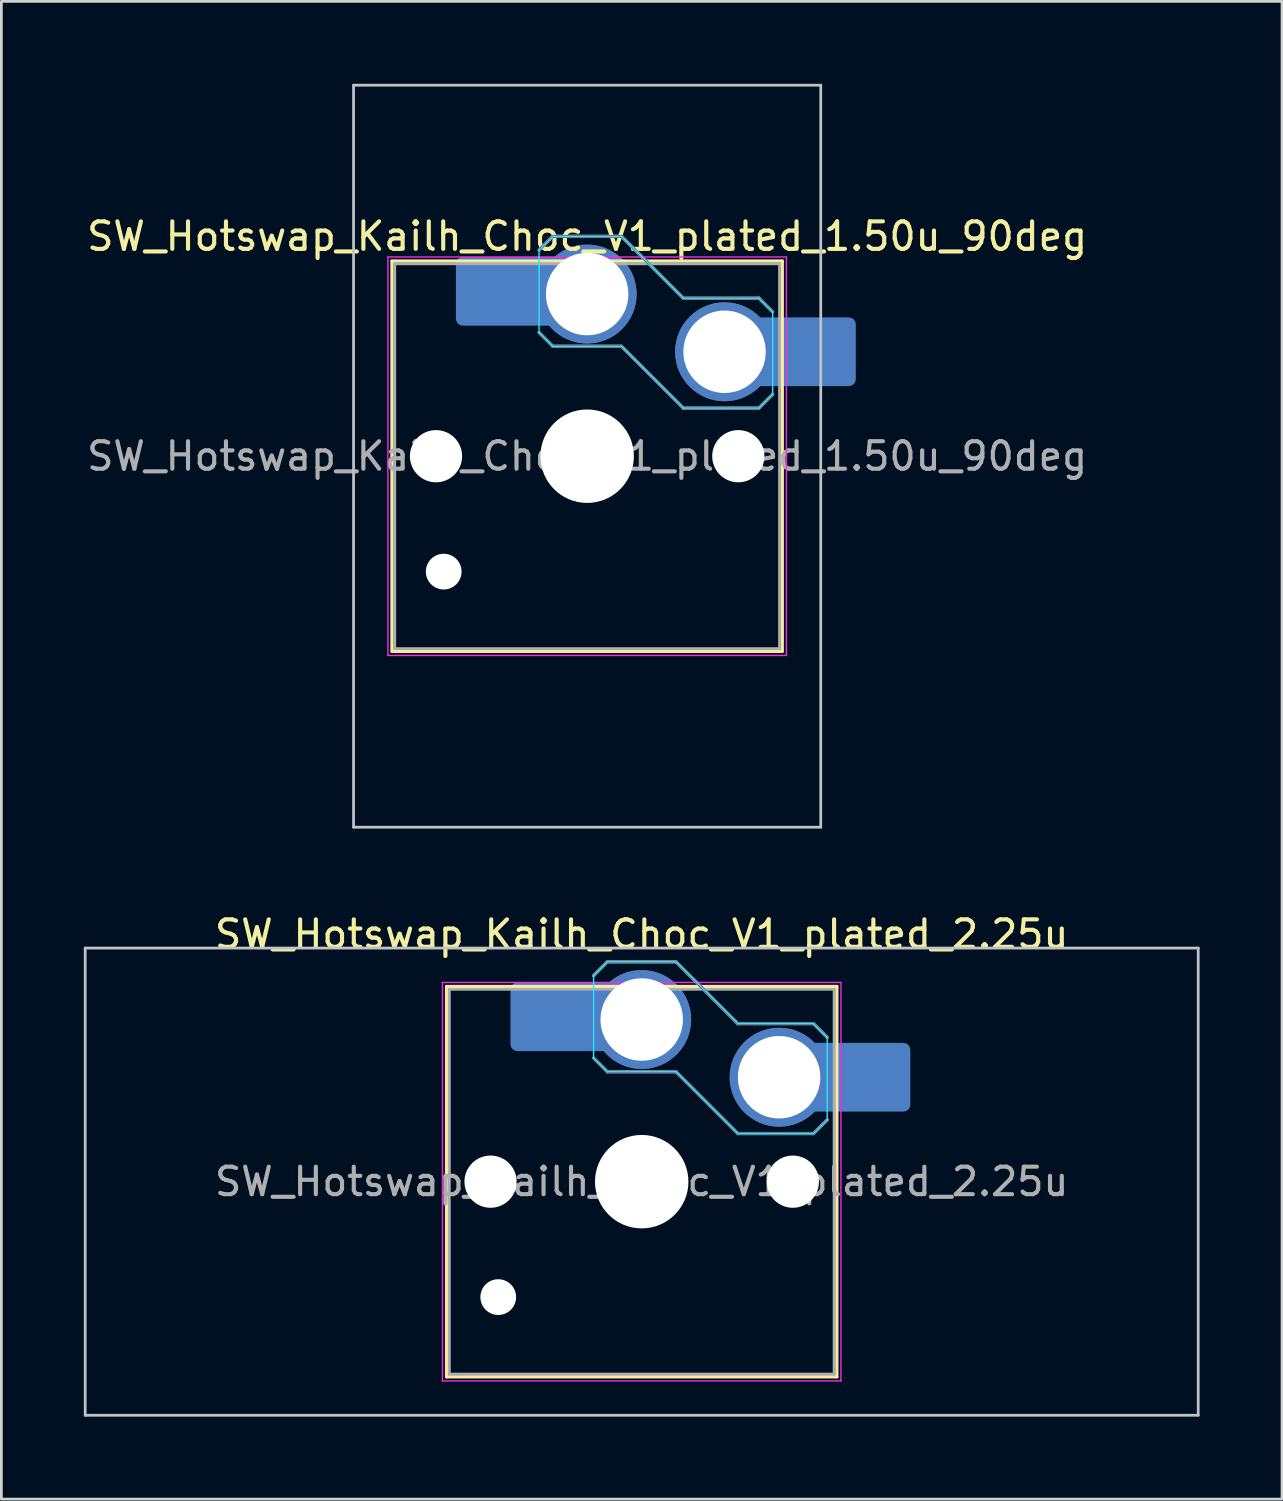
<source format=kicad_pcb>
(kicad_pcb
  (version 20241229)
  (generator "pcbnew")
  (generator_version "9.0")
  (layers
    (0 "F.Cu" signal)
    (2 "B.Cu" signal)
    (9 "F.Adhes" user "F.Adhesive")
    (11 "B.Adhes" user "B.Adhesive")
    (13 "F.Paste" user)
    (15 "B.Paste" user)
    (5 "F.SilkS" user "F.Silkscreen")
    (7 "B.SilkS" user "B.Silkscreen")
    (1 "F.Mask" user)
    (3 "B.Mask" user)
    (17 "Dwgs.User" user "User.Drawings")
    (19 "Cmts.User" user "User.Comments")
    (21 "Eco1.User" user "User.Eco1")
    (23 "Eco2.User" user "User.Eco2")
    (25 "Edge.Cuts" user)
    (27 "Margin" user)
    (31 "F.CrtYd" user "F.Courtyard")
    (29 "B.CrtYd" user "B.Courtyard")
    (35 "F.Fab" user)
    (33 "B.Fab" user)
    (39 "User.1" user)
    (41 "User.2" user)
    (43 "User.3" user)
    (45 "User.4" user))
  (footprint "SW_Hotswap_Kailh_Choc_V1_plated_2.25u"
    (layer "F.Cu")
    (at 20.3 39.948)
    (property "Reference" "SW_Hotswap_Kailh_Choc_V1_plated_2.25u" (at 0 -9 0) (layer "F.SilkS") (effects (font (size 1 1) (thickness 0.15))))
    (attr smd)
    (fp_line (start -7.1 -7.1) (end -7.1 7.1) (stroke (width 0.12) (type solid)) (layer "F.SilkS"))
    (fp_line (start -7.1 7.1) (end 7.1 7.1) (stroke (width 0.12) (type solid)) (layer "F.SilkS"))
    (fp_line (start 7.1 -7.1) (end -7.1 -7.1) (stroke (width 0.12) (type solid)) (layer "F.SilkS"))
    (fp_line (start 7.1 7.1) (end 7.1 -7.1) (stroke (width 0.12) (type solid)) (layer "F.SilkS"))
    (fp_line (start -1.75 -7.5) (end -1.25 -8) (stroke (width 0.12) (type solid)) (layer "B.SilkS"))
    (fp_line (start -1.25 -8) (end 1.25 -8) (stroke (width 0.12) (type solid)) (layer "B.SilkS"))
    (fp_line (start -1.25 -4) (end -1.75 -4.5) (stroke (width 0.12) (type solid)) (layer "B.SilkS"))
    (fp_line (start 1.25 -8) (end 3.5 -5.75) (stroke (width 0.12) (type solid)) (layer "B.SilkS"))
    (fp_line (start 1.25 -4) (end -1.25 -4) (stroke (width 0.12) (type solid)) (layer "B.SilkS"))
    (fp_line (start 3.5 -5.75) (end 6.25 -5.75) (stroke (width 0.12) (type solid)) (layer "B.SilkS"))
    (fp_line (start 3.5 -1.75) (end 1.25 -4) (stroke (width 0.12) (type solid)) (layer "B.SilkS"))
    (fp_line (start 6.25 -5.75) (end 6.75 -5.25) (stroke (width 0.12) (type solid)) (layer "B.SilkS"))
    (fp_line (start 6.25 -1.75) (end 3.5 -1.75) (stroke (width 0.12) (type solid)) (layer "B.SilkS"))
    (fp_line (start 6.75 -2.25) (end 6.25 -1.75) (stroke (width 0.12) (type solid)) (layer "B.SilkS"))
    (fp_line (start -20.25 -8.5) (end -20.25 8.5) (stroke (width 0.1) (type solid)) (layer "Dwgs.User"))
    (fp_line (start -20.25 8.5) (end 20.25 8.5) (stroke (width 0.1) (type solid)) (layer "Dwgs.User"))
    (fp_line (start 20.25 -8.5) (end -20.25 -8.5) (stroke (width 0.1) (type solid)) (layer "Dwgs.User"))
    (fp_line (start 20.25 8.5) (end 20.25 -8.5) (stroke (width 0.1) (type solid)) (layer "Dwgs.User"))
    (fp_line (start -1.75 -7.5) (end -1.25 -8) (stroke (width 0.05) (type solid)) (layer "B.CrtYd"))
    (fp_line (start -1.75 -4.5) (end -1.75 -7.5) (stroke (width 0.05) (type solid)) (layer "B.CrtYd"))
    (fp_line (start -1.25 -8) (end 1.25 -8) (stroke (width 0.05) (type solid)) (layer "B.CrtYd"))
    (fp_line (start -1.25 -4) (end -1.75 -4.5) (stroke (width 0.05) (type solid)) (layer "B.CrtYd"))
    (fp_line (start 1.25 -8) (end 3.5 -5.75) (stroke (width 0.05) (type solid)) (layer "B.CrtYd"))
    (fp_line (start 1.25 -4) (end -1.25 -4) (stroke (width 0.05) (type solid)) (layer "B.CrtYd"))
    (fp_line (start 3.5 -5.75) (end 6.25 -5.75) (stroke (width 0.05) (type solid)) (layer "B.CrtYd"))
    (fp_line (start 3.5 -1.75) (end 1.25 -4) (stroke (width 0.05) (type solid)) (layer "B.CrtYd"))
    (fp_line (start 6.25 -5.75) (end 6.75 -5.25) (stroke (width 0.05) (type solid)) (layer "B.CrtYd"))
    (fp_line (start 6.25 -1.75) (end 3.5 -1.75) (stroke (width 0.05) (type solid)) (layer "B.CrtYd"))
    (fp_line (start 6.75 -5.25) (end 6.75 -2.25) (stroke (width 0.05) (type solid)) (layer "B.CrtYd"))
    (fp_line (start 6.75 -2.25) (end 6.25 -1.75) (stroke (width 0.05) (type solid)) (layer "B.CrtYd"))
    (fp_line (start -7.25 -7.25) (end -7.25 7.25) (stroke (width 0.05) (type solid)) (layer "F.CrtYd"))
    (fp_line (start -7.25 7.25) (end 7.25 7.25) (stroke (width 0.05) (type solid)) (layer "F.CrtYd"))
    (fp_line (start 7.25 -7.25) (end -7.25 -7.25) (stroke (width 0.05) (type solid)) (layer "F.CrtYd"))
    (fp_line (start 7.25 7.25) (end 7.25 -7.25) (stroke (width 0.05) (type solid)) (layer "F.CrtYd"))
    (fp_line (start -1.75 -7.5) (end -1.25 -8) (stroke (width 0.1) (type solid)) (layer "B.Fab"))
    (fp_line (start -1.25 -8) (end 1.25 -8) (stroke (width 0.1) (type solid)) (layer "B.Fab"))
    (fp_line (start -1.25 -4) (end -1.75 -4.5) (stroke (width 0.1) (type solid)) (layer "B.Fab"))
    (fp_line (start 1.25 -8) (end 3.5 -5.75) (stroke (width 0.1) (type solid)) (layer "B.Fab"))
    (fp_line (start 1.25 -4) (end -1.25 -4) (stroke (width 0.1) (type solid)) (layer "B.Fab"))
    (fp_line (start 3.5 -5.75) (end 6.25 -5.75) (stroke (width 0.1) (type solid)) (layer "B.Fab"))
    (fp_line (start 3.5 -1.75) (end 1.25 -4) (stroke (width 0.1) (type solid)) (layer "B.Fab"))
    (fp_line (start 6.25 -5.75) (end 6.75 -5.25) (stroke (width 0.1) (type solid)) (layer "B.Fab"))
    (fp_line (start 6.25 -1.75) (end 3.5 -1.75) (stroke (width 0.1) (type solid)) (layer "B.Fab"))
    (fp_line (start 6.75 -2.25) (end 6.25 -1.75) (stroke (width 0.1) (type solid)) (layer "B.Fab"))
    (fp_line (start -7 -7) (end -7 7) (stroke (width 0.1) (type solid)) (layer "F.Fab"))
    (fp_line (start -7 7) (end 7 7) (stroke (width 0.1) (type solid)) (layer "F.Fab"))
    (fp_line (start 7 -7) (end -7 -7) (stroke (width 0.1) (type solid)) (layer "F.Fab"))
    (fp_line (start 7 7) (end 7 -7) (stroke (width 0.1) (type solid)) (layer "F.Fab"))
    (fp_text user "${REFERENCE}" (at 0 0 0) (layer "F.Fab") (effects (font (size 1 1) (thickness 0.15))))
    (pad "" np_thru_hole circle (at -5.5 0) (size 1.9 1.9) (drill 1.9) (layers "*.Cu" "*.Mask"))
    (pad "" np_thru_hole circle (at -5.22 4.2) (size 1.3 1.3) (drill 1.3) (layers "*.Cu" "*.Mask"))
    (pad "" smd roundrect (at -3.5 -6) (size 2.55 2.5) (layers "B.Mask" "B.Paste") (roundrect_rratio 0.1))
    (pad "" np_thru_hole circle (at 0 0) (size 3.4 3.4) (drill 3.4) (layers "*.Cu" "*.Mask"))
    (pad "" np_thru_hole circle (at 5.5 0) (size 1.9 1.9) (drill 1.9) (layers "*.Cu" "*.Mask"))
    (pad "" smd roundrect (at 8.5 -3.8) (size 2.55 2.5) (layers "B.Mask" "B.Paste") (roundrect_rratio 0.1))
    (pad "1" smd roundrect (at -2.85 -6) (size 3.85 2.5) (layers "B.Cu") (roundrect_rratio 0.1))
    (pad "1" thru_hole circle (at 0 -5.9) (size 3.6 3.6) (drill 3) (layers "*.Cu" "B.Mask"))
    (pad "2" thru_hole circle (at 5 -3.8) (size 3.6 3.6) (drill 3) (layers "*.Cu" "B.Mask"))
    (pad "2" smd roundrect (at 7.85 -3.8) (size 3.85 2.5) (layers "B.Cu") (roundrect_rratio 0.1)))
  (footprint "SW_Hotswap_Kailh_Choc_V1_plated_1.50u_90deg"
    (layer "F.Cu")
    (at 18.315 13.55)
    (property "Reference" "SW_Hotswap_Kailh_Choc_V1_plated_1.50u_90deg" (at 0 -8 0) (layer "F.SilkS") (effects (font (size 1 1) (thickness 0.15))))
    (attr smd)
    (fp_line (start -7.1 -7.1) (end -7.1 7.1) (stroke (width 0.12) (type solid)) (layer "F.SilkS"))
    (fp_line (start -7.1 7.1) (end 7.1 7.1) (stroke (width 0.12) (type solid)) (layer "F.SilkS"))
    (fp_line (start 7.1 -7.1) (end -7.1 -7.1) (stroke (width 0.12) (type solid)) (layer "F.SilkS"))
    (fp_line (start 7.1 7.1) (end 7.1 -7.1) (stroke (width 0.12) (type solid)) (layer "F.SilkS"))
    (fp_line (start -1.75 -7.5) (end -1.25 -8) (stroke (width 0.12) (type solid)) (layer "B.SilkS"))
    (fp_line (start -1.25 -8) (end 1.25 -8) (stroke (width 0.12) (type solid)) (layer "B.SilkS"))
    (fp_line (start -1.25 -4) (end -1.75 -4.5) (stroke (width 0.12) (type solid)) (layer "B.SilkS"))
    (fp_line (start 1.25 -8) (end 3.5 -5.75) (stroke (width 0.12) (type solid)) (layer "B.SilkS"))
    (fp_line (start 1.25 -4) (end -1.25 -4) (stroke (width 0.12) (type solid)) (layer "B.SilkS"))
    (fp_line (start 3.5 -5.75) (end 6.25 -5.75) (stroke (width 0.12) (type solid)) (layer "B.SilkS"))
    (fp_line (start 3.5 -1.75) (end 1.25 -4) (stroke (width 0.12) (type solid)) (layer "B.SilkS"))
    (fp_line (start 6.25 -5.75) (end 6.75 -5.25) (stroke (width 0.12) (type solid)) (layer "B.SilkS"))
    (fp_line (start 6.25 -1.75) (end 3.5 -1.75) (stroke (width 0.12) (type solid)) (layer "B.SilkS"))
    (fp_line (start 6.75 -2.25) (end 6.25 -1.75) (stroke (width 0.12) (type solid)) (layer "B.SilkS"))
    (fp_line (start -8.5 -13.5) (end 8.5 -13.5) (stroke (width 0.1) (type solid)) (layer "Dwgs.User"))
    (fp_line (start -8.5 13.5) (end -8.5 -13.5) (stroke (width 0.1) (type solid)) (layer "Dwgs.User"))
    (fp_line (start 8.5 -13.5) (end 8.5 13.5) (stroke (width 0.1) (type solid)) (layer "Dwgs.User"))
    (fp_line (start 8.5 13.5) (end -8.5 13.5) (stroke (width 0.1) (type solid)) (layer "Dwgs.User"))
    (fp_line (start -1.75 -7.5) (end -1.25 -8) (stroke (width 0.05) (type solid)) (layer "B.CrtYd"))
    (fp_line (start -1.75 -4.5) (end -1.75 -7.5) (stroke (width 0.05) (type solid)) (layer "B.CrtYd"))
    (fp_line (start -1.25 -8) (end 1.25 -8) (stroke (width 0.05) (type solid)) (layer "B.CrtYd"))
    (fp_line (start -1.25 -4) (end -1.75 -4.5) (stroke (width 0.05) (type solid)) (layer "B.CrtYd"))
    (fp_line (start 1.25 -8) (end 3.5 -5.75) (stroke (width 0.05) (type solid)) (layer "B.CrtYd"))
    (fp_line (start 1.25 -4) (end -1.25 -4) (stroke (width 0.05) (type solid)) (layer "B.CrtYd"))
    (fp_line (start 3.5 -5.75) (end 6.25 -5.75) (stroke (width 0.05) (type solid)) (layer "B.CrtYd"))
    (fp_line (start 3.5 -1.75) (end 1.25 -4) (stroke (width 0.05) (type solid)) (layer "B.CrtYd"))
    (fp_line (start 6.25 -5.75) (end 6.75 -5.25) (stroke (width 0.05) (type solid)) (layer "B.CrtYd"))
    (fp_line (start 6.25 -1.75) (end 3.5 -1.75) (stroke (width 0.05) (type solid)) (layer "B.CrtYd"))
    (fp_line (start 6.75 -5.25) (end 6.75 -2.25) (stroke (width 0.05) (type solid)) (layer "B.CrtYd"))
    (fp_line (start 6.75 -2.25) (end 6.25 -1.75) (stroke (width 0.05) (type solid)) (layer "B.CrtYd"))
    (fp_line (start -7.25 -7.25) (end -7.25 7.25) (stroke (width 0.05) (type solid)) (layer "F.CrtYd"))
    (fp_line (start -7.25 7.25) (end 7.25 7.25) (stroke (width 0.05) (type solid)) (layer "F.CrtYd"))
    (fp_line (start 7.25 -7.25) (end -7.25 -7.25) (stroke (width 0.05) (type solid)) (layer "F.CrtYd"))
    (fp_line (start 7.25 7.25) (end 7.25 -7.25) (stroke (width 0.05) (type solid)) (layer "F.CrtYd"))
    (fp_line (start -1.75 -7.5) (end -1.25 -8) (stroke (width 0.1) (type solid)) (layer "B.Fab"))
    (fp_line (start -1.25 -8) (end 1.25 -8) (stroke (width 0.1) (type solid)) (layer "B.Fab"))
    (fp_line (start -1.25 -4) (end -1.75 -4.5) (stroke (width 0.1) (type solid)) (layer "B.Fab"))
    (fp_line (start 1.25 -8) (end 3.5 -5.75) (stroke (width 0.1) (type solid)) (layer "B.Fab"))
    (fp_line (start 1.25 -4) (end -1.25 -4) (stroke (width 0.1) (type solid)) (layer "B.Fab"))
    (fp_line (start 3.5 -5.75) (end 6.25 -5.75) (stroke (width 0.1) (type solid)) (layer "B.Fab"))
    (fp_line (start 3.5 -1.75) (end 1.25 -4) (stroke (width 0.1) (type solid)) (layer "B.Fab"))
    (fp_line (start 6.25 -5.75) (end 6.75 -5.25) (stroke (width 0.1) (type solid)) (layer "B.Fab"))
    (fp_line (start 6.25 -1.75) (end 3.5 -1.75) (stroke (width 0.1) (type solid)) (layer "B.Fab"))
    (fp_line (start 6.75 -2.25) (end 6.25 -1.75) (stroke (width 0.1) (type solid)) (layer "B.Fab"))
    (fp_line (start -7 -7) (end -7 7) (stroke (width 0.1) (type solid)) (layer "F.Fab"))
    (fp_line (start -7 7) (end 7 7) (stroke (width 0.1) (type solid)) (layer "F.Fab"))
    (fp_line (start 7 -7) (end -7 -7) (stroke (width 0.1) (type solid)) (layer "F.Fab"))
    (fp_line (start 7 7) (end 7 -7) (stroke (width 0.1) (type solid)) (layer "F.Fab"))
    (fp_text user "${REFERENCE}" (at 0 0 0) (layer "F.Fab") (effects (font (size 1 1) (thickness 0.15))))
    (pad "" np_thru_hole circle (at -5.5 0) (size 1.9 1.9) (drill 1.9) (layers "*.Cu" "*.Mask"))
    (pad "" np_thru_hole circle (at -5.22 4.2) (size 1.3 1.3) (drill 1.3) (layers "*.Cu" "*.Mask"))
    (pad "" smd roundrect (at -3.5 -6) (size 2.55 2.5) (layers "B.Mask" "B.Paste") (roundrect_rratio 0.1))
    (pad "" np_thru_hole circle (at 0 0) (size 3.4 3.4) (drill 3.4) (layers "*.Cu" "*.Mask"))
    (pad "" np_thru_hole circle (at 5.5 0) (size 1.9 1.9) (drill 1.9) (layers "*.Cu" "*.Mask"))
    (pad "" smd roundrect (at 8.5 -3.8) (size 2.55 2.5) (layers "B.Mask" "B.Paste") (roundrect_rratio 0.1))
    (pad "1" smd roundrect (at -2.85 -6) (size 3.85 2.5) (layers "B.Cu") (roundrect_rratio 0.1))
    (pad "1" thru_hole circle (at 0 -5.9) (size 3.6 3.6) (drill 3) (layers "*.Cu" "B.Mask"))
    (pad "2" thru_hole circle (at 5 -3.8) (size 3.6 3.6) (drill 3) (layers "*.Cu" "B.Mask"))
    (pad "2" smd roundrect (at 7.85 -3.8) (size 3.85 2.5) (layers "B.Cu") (roundrect_rratio 0.1)))
  (gr_rect
    (start -3 -3)
    (end 43.6 51.498)
    (stroke (width 0.1) (type default))
    (fill no)
    (layer "Edge.Cuts")))
</source>
